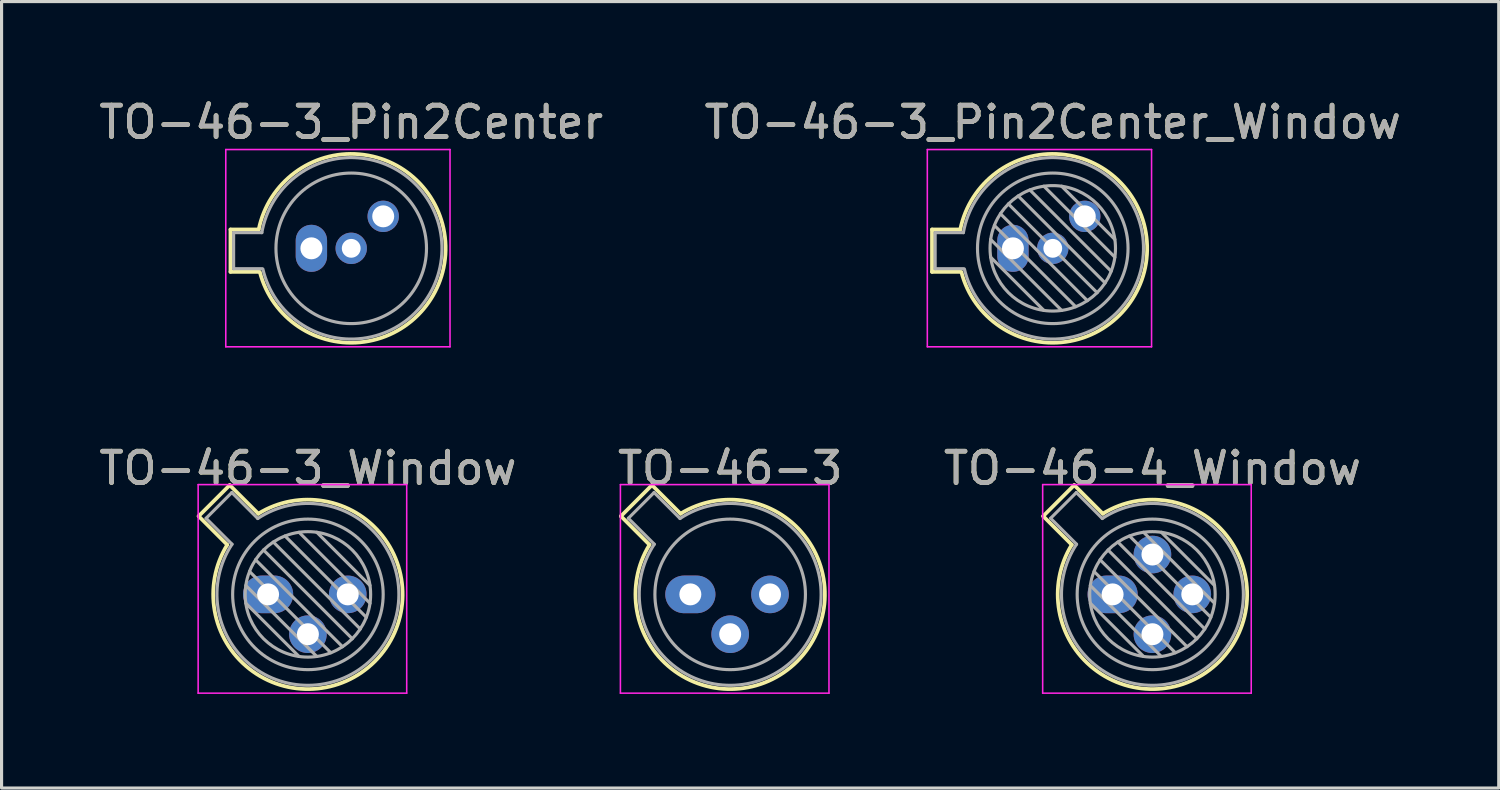
<source format=kicad_pcb>
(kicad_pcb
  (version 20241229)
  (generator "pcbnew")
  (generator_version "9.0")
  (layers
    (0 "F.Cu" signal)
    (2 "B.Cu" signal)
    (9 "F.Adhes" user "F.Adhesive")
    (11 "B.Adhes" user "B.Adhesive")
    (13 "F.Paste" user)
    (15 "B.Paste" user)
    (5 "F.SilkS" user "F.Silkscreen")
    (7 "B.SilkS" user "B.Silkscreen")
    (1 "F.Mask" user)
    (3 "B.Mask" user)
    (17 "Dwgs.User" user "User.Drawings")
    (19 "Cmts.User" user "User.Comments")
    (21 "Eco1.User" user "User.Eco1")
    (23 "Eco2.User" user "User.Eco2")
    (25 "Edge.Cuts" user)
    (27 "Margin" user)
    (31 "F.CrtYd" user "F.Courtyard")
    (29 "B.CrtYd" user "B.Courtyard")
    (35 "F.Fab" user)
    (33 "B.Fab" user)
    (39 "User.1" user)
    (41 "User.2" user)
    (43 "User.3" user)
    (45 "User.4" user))
  (footprint "TO-46-3_Pin2Center_Window"
    (layer "F.Cu")
    (at 29.248 4.868)
    (property "Reference" "TO-46-3_Pin2Center_Window" (at 1.27 -4.02 0) (layer "F.SilkS") (effects (font (size 1 1) (thickness 0.15))))
    (attr through_hole)
    (fp_line (start -2.58 -0.6) (end -2.58 0.75) (stroke (width 0.12) (type solid)) (layer "F.SilkS"))
    (fp_line (start -2.58 0.75) (end -1.68 0.75) (stroke (width 0.12) (type solid)) (layer "F.SilkS"))
    (fp_line (start -1.68 -0.6) (end -2.58 -0.6) (stroke (width 0.12) (type solid)) (layer "F.SilkS"))
    (fp_arc (start -1.68 -0.6) (mid 4.279362 -0.078983) (end -1.644465 0.753918) (stroke (width 0.12) (type solid)) (layer "F.SilkS"))
    (fp_line (start -2.73 -3.15) (end -2.73 3.14) (stroke (width 0.05) (type solid)) (layer "F.CrtYd"))
    (fp_line (start -2.73 -3.15) (end 4.42 -3.15) (stroke (width 0.05) (type solid)) (layer "F.CrtYd"))
    (fp_line (start 4.42 3.14) (end -2.73 3.14) (stroke (width 0.05) (type solid)) (layer "F.CrtYd"))
    (fp_line (start 4.42 3.14) (end 4.42 -3.15) (stroke (width 0.05) (type solid)) (layer "F.CrtYd"))
    (fp_line (start -2.48 -0.5) (end -2.48 0.65) (stroke (width 0.1) (type solid)) (layer "F.Fab"))
    (fp_line (start -2.48 0.65) (end -1.58 0.65) (stroke (width 0.1) (type solid)) (layer "F.Fab"))
    (fp_line (start -1.58 -0.5) (end -2.48 -0.5) (stroke (width 0.1) (type solid)) (layer "F.Fab"))
    (fp_line (start -0.71 -0.283) (end 1.553 1.98) (stroke (width 0.1) (type solid)) (layer "F.Fab"))
    (fp_line (start -0.71 0.283) (end 0.987 1.98) (stroke (width 0.1) (type solid)) (layer "F.Fab"))
    (fp_line (start -0.592 -0.731) (end 2.001 1.862) (stroke (width 0.1) (type solid)) (layer "F.Fab"))
    (fp_line (start -0.399 -1.103) (end 2.373 1.669) (stroke (width 0.1) (type solid)) (layer "F.Fab"))
    (fp_line (start -0.145 -1.415) (end 2.685 1.415) (stroke (width 0.1) (type solid)) (layer "F.Fab"))
    (fp_line (start 0.167 -1.669) (end 2.939 1.103) (stroke (width 0.1) (type solid)) (layer "F.Fab"))
    (fp_line (start 0.539 -1.862) (end 3.132 0.731) (stroke (width 0.1) (type solid)) (layer "F.Fab"))
    (fp_line (start 0.987 -1.98) (end 3.25 0.283) (stroke (width 0.1) (type solid)) (layer "F.Fab"))
    (fp_line (start 1.553 -1.98) (end 3.25 -0.283) (stroke (width 0.1) (type solid)) (layer "F.Fab"))
    (fp_arc (start -1.58 -0.5) (mid 4.1624 -0.08076) (end -1.54766 0.65825) (stroke (width 0.1) (type solid)) (layer "F.Fab"))
    (fp_circle (center 1.27 0) (end 3.27 0) (stroke (width 0.1) (type solid)) (fill no) (layer "F.Fab"))
    (fp_circle (center 1.27 0) (end 3.67 0) (stroke (width 0.1) (type solid)) (fill no) (layer "F.Fab"))
    (fp_text user "${REFERENCE}" (at 1.27 -4.02 0) (layer "F.Fab") (effects (font (size 1 1) (thickness 0.15))))
    (pad "1" thru_hole oval (at 0 0 90) (size 1.5 1) (drill 0.7) (layers "*.Cu" "*.Mask"))
    (pad "2" thru_hole oval (at 1.27 0) (size 1 1) (drill 0.6) (layers "*.Cu" "*.Mask"))
    (pad "3" thru_hole oval (at 2.29 -1.02 90) (size 1 1) (drill 0.7) (layers "*.Cu" "*.Mask")))
  (footprint "TO-46-3_Pin2Center"
    (layer "F.Cu")
    (at 6.879 4.868)
    (property "Reference" "TO-46-3_Pin2Center" (at 1.27 -4.02 0) (layer "F.SilkS") (effects (font (size 1 1) (thickness 0.15))))
    (attr through_hole)
    (fp_line (start -2.58 -0.6) (end -2.58 0.75) (stroke (width 0.12) (type solid)) (layer "F.SilkS"))
    (fp_line (start -2.58 0.75) (end -1.68 0.75) (stroke (width 0.12) (type solid)) (layer "F.SilkS"))
    (fp_line (start -1.68 -0.6) (end -2.58 -0.6) (stroke (width 0.12) (type solid)) (layer "F.SilkS"))
    (fp_arc (start -1.68 -0.6) (mid 4.279362 -0.078983) (end -1.644465 0.753918) (stroke (width 0.12) (type solid)) (layer "F.SilkS"))
    (fp_line (start -2.73 -3.15) (end -2.73 3.14) (stroke (width 0.05) (type solid)) (layer "F.CrtYd"))
    (fp_line (start -2.73 -3.15) (end 4.42 -3.15) (stroke (width 0.05) (type solid)) (layer "F.CrtYd"))
    (fp_line (start 4.42 3.14) (end -2.73 3.14) (stroke (width 0.05) (type solid)) (layer "F.CrtYd"))
    (fp_line (start 4.42 3.14) (end 4.42 -3.15) (stroke (width 0.05) (type solid)) (layer "F.CrtYd"))
    (fp_line (start -2.48 -0.5) (end -2.48 0.65) (stroke (width 0.1) (type solid)) (layer "F.Fab"))
    (fp_line (start -2.48 0.65) (end -1.58 0.65) (stroke (width 0.1) (type solid)) (layer "F.Fab"))
    (fp_line (start -1.58 -0.5) (end -2.48 -0.5) (stroke (width 0.1) (type solid)) (layer "F.Fab"))
    (fp_arc (start -1.58 -0.5) (mid 4.1624 -0.08076) (end -1.54766 0.65825) (stroke (width 0.1) (type solid)) (layer "F.Fab"))
    (fp_circle (center 1.27 0) (end 3.67 0) (stroke (width 0.1) (type solid)) (fill no) (layer "F.Fab"))
    (fp_text user "${REFERENCE}" (at 1.27 -4.02 0) (layer "F.Fab") (effects (font (size 1 1) (thickness 0.15))))
    (pad "1" thru_hole oval (at 0 0 90) (size 1.5 1) (drill 0.7) (layers "*.Cu" "*.Mask"))
    (pad "2" thru_hole oval (at 1.27 0) (size 1 1) (drill 0.6) (layers "*.Cu" "*.Mask"))
    (pad "3" thru_hole oval (at 2.29 -1.02 90) (size 1 1) (drill 0.7) (layers "*.Cu" "*.Mask")))
  (footprint "TO-46-3"
    (layer "F.Cu")
    (at 18.962 15.902)
    (property "Reference" "TO-46-3" (at 1.27 -4.02 0) (layer "F.SilkS") (effects (font (size 1 1) (thickness 0.15))))
    (attr through_hole)
    (fp_line (start -2.214 -2.494) (end -1.302 -1.582) (stroke (width 0.12) (type solid)) (layer "F.SilkS"))
    (fp_line (start -1.224 -3.484) (end -2.214 -2.494) (stroke (width 0.12) (type solid)) (layer "F.SilkS"))
    (fp_line (start -0.312 -2.572) (end -1.224 -3.484) (stroke (width 0.12) (type solid)) (layer "F.SilkS"))
    (fp_arc (start -0.312331 -2.572281) (mid 3.405374 2.135551) (end -1.30215 -1.582544) (stroke (width 0.12) (type solid)) (layer "F.SilkS"))
    (fp_line (start -2.23 -3.5) (end -2.23 3.15) (stroke (width 0.05) (type solid)) (layer "F.CrtYd"))
    (fp_line (start -2.23 3.15) (end 4.42 3.15) (stroke (width 0.05) (type solid)) (layer "F.CrtYd"))
    (fp_line (start 4.42 -3.5) (end -2.23 -3.5) (stroke (width 0.05) (type solid)) (layer "F.CrtYd"))
    (fp_line (start 4.42 3.15) (end 4.42 -3.5) (stroke (width 0.05) (type solid)) (layer "F.CrtYd"))
    (fp_line (start -1.977 -2.426) (end -1.149 -1.599) (stroke (width 0.1) (type solid)) (layer "F.Fab"))
    (fp_line (start -1.156 -3.247) (end -1.977 -2.426) (stroke (width 0.1) (type solid)) (layer "F.Fab"))
    (fp_line (start -0.329 -2.419) (end -1.156 -3.247) (stroke (width 0.1) (type solid)) (layer "F.Fab"))
    (fp_arc (start -0.329057 -2.419301) (mid 3.321076 2.050143) (end -1.150029 -1.597956) (stroke (width 0.1) (type solid)) (layer "F.Fab"))
    (fp_circle (center 1.27 0) (end 3.67 0) (stroke (width 0.1) (type solid)) (fill no) (layer "F.Fab"))
    (fp_text user "${REFERENCE}" (at 1.27 -4.02 0) (layer "F.Fab") (effects (font (size 1 1) (thickness 0.15))))
    (pad "1" thru_hole oval (at 0 0) (size 1.6 1.2) (drill 0.7) (layers "*.Cu" "*.Mask"))
    (pad "2" thru_hole oval (at 1.27 1.27) (size 1.2 1.2) (drill 0.7) (layers "*.Cu" "*.Mask"))
    (pad "3" thru_hole oval (at 2.54 0) (size 1.2 1.2) (drill 0.7) (layers "*.Cu" "*.Mask")))
  (footprint "TO-46-3_Window"
    (layer "F.Cu")
    (at 5.498 15.902)
    (property "Reference" "TO-46-3_Window" (at 1.27 -4.02 0) (layer "F.SilkS") (effects (font (size 1 1) (thickness 0.15))))
    (attr through_hole)
    (fp_line (start -2.214 -2.494) (end -1.302 -1.582) (stroke (width 0.12) (type solid)) (layer "F.SilkS"))
    (fp_line (start -1.224 -3.484) (end -2.214 -2.494) (stroke (width 0.12) (type solid)) (layer "F.SilkS"))
    (fp_line (start -0.312 -2.572) (end -1.224 -3.484) (stroke (width 0.12) (type solid)) (layer "F.SilkS"))
    (fp_arc (start -0.312331 -2.572281) (mid 3.405374 2.135551) (end -1.30215 -1.582544) (stroke (width 0.12) (type solid)) (layer "F.SilkS"))
    (fp_line (start -2.23 -3.5) (end -2.23 3.15) (stroke (width 0.05) (type solid)) (layer "F.CrtYd"))
    (fp_line (start -2.23 3.15) (end 4.42 3.15) (stroke (width 0.05) (type solid)) (layer "F.CrtYd"))
    (fp_line (start 4.42 -3.5) (end -2.23 -3.5) (stroke (width 0.05) (type solid)) (layer "F.CrtYd"))
    (fp_line (start 4.42 3.15) (end 4.42 -3.5) (stroke (width 0.05) (type solid)) (layer "F.CrtYd"))
    (fp_line (start -1.977 -2.426) (end -1.149 -1.599) (stroke (width 0.1) (type solid)) (layer "F.Fab"))
    (fp_line (start -1.156 -3.247) (end -1.977 -2.426) (stroke (width 0.1) (type solid)) (layer "F.Fab"))
    (fp_line (start -0.71 -0.283) (end 1.553 1.98) (stroke (width 0.1) (type solid)) (layer "F.Fab"))
    (fp_line (start -0.71 0.283) (end 0.987 1.98) (stroke (width 0.1) (type solid)) (layer "F.Fab"))
    (fp_line (start -0.592 -0.731) (end 2.001 1.862) (stroke (width 0.1) (type solid)) (layer "F.Fab"))
    (fp_line (start -0.399 -1.103) (end 2.373 1.669) (stroke (width 0.1) (type solid)) (layer "F.Fab"))
    (fp_line (start -0.329 -2.419) (end -1.156 -3.247) (stroke (width 0.1) (type solid)) (layer "F.Fab"))
    (fp_line (start -0.145 -1.415) (end 2.685 1.415) (stroke (width 0.1) (type solid)) (layer "F.Fab"))
    (fp_line (start 0.167 -1.669) (end 2.939 1.103) (stroke (width 0.1) (type solid)) (layer "F.Fab"))
    (fp_line (start 0.539 -1.862) (end 3.132 0.731) (stroke (width 0.1) (type solid)) (layer "F.Fab"))
    (fp_line (start 0.987 -1.98) (end 3.25 0.283) (stroke (width 0.1) (type solid)) (layer "F.Fab"))
    (fp_line (start 1.553 -1.98) (end 3.25 -0.283) (stroke (width 0.1) (type solid)) (layer "F.Fab"))
    (fp_arc (start -0.329057 -2.419301) (mid 3.321076 2.050143) (end -1.150029 -1.597956) (stroke (width 0.1) (type solid)) (layer "F.Fab"))
    (fp_circle (center 1.27 0) (end 3.27 0) (stroke (width 0.1) (type solid)) (fill no) (layer "F.Fab"))
    (fp_circle (center 1.27 0) (end 3.67 0) (stroke (width 0.1) (type solid)) (fill no) (layer "F.Fab"))
    (fp_text user "${REFERENCE}" (at 1.27 -4.02 0) (layer "F.Fab") (effects (font (size 1 1) (thickness 0.15))))
    (pad "1" thru_hole oval (at 0 0) (size 1.6 1.2) (drill 0.7) (layers "*.Cu" "*.Mask"))
    (pad "2" thru_hole oval (at 1.27 1.27) (size 1.2 1.2) (drill 0.7) (layers "*.Cu" "*.Mask"))
    (pad "3" thru_hole oval (at 2.54 0) (size 1.2 1.2) (drill 0.7) (layers "*.Cu" "*.Mask")))
  (footprint "TO-46-4_Window"
    (layer "F.Cu")
    (at 32.426 15.902)
    (property "Reference" "TO-46-4_Window" (at 1.27 -4.02 0) (layer "F.SilkS") (effects (font (size 1 1) (thickness 0.15))))
    (attr through_hole)
    (fp_line (start -2.214 -2.494) (end -1.302 -1.582) (stroke (width 0.12) (type solid)) (layer "F.SilkS"))
    (fp_line (start -1.224 -3.484) (end -2.214 -2.494) (stroke (width 0.12) (type solid)) (layer "F.SilkS"))
    (fp_line (start -0.312 -2.572) (end -1.224 -3.484) (stroke (width 0.12) (type solid)) (layer "F.SilkS"))
    (fp_arc (start -0.312331 -2.572281) (mid 3.405374 2.135551) (end -1.30215 -1.582544) (stroke (width 0.12) (type solid)) (layer "F.SilkS"))
    (fp_line (start -2.23 -3.5) (end -2.23 3.15) (stroke (width 0.05) (type solid)) (layer "F.CrtYd"))
    (fp_line (start -2.23 3.15) (end 4.42 3.15) (stroke (width 0.05) (type solid)) (layer "F.CrtYd"))
    (fp_line (start 4.42 -3.5) (end -2.23 -3.5) (stroke (width 0.05) (type solid)) (layer "F.CrtYd"))
    (fp_line (start 4.42 3.15) (end 4.42 -3.5) (stroke (width 0.05) (type solid)) (layer "F.CrtYd"))
    (fp_line (start -1.977 -2.426) (end -1.149 -1.599) (stroke (width 0.1) (type solid)) (layer "F.Fab"))
    (fp_line (start -1.156 -3.247) (end -1.977 -2.426) (stroke (width 0.1) (type solid)) (layer "F.Fab"))
    (fp_line (start -0.71 -0.283) (end 1.553 1.98) (stroke (width 0.1) (type solid)) (layer "F.Fab"))
    (fp_line (start -0.71 0.283) (end 0.987 1.98) (stroke (width 0.1) (type solid)) (layer "F.Fab"))
    (fp_line (start -0.592 -0.731) (end 2.001 1.862) (stroke (width 0.1) (type solid)) (layer "F.Fab"))
    (fp_line (start -0.399 -1.103) (end 2.373 1.669) (stroke (width 0.1) (type solid)) (layer "F.Fab"))
    (fp_line (start -0.329 -2.419) (end -1.156 -3.247) (stroke (width 0.1) (type solid)) (layer "F.Fab"))
    (fp_line (start -0.145 -1.415) (end 2.685 1.415) (stroke (width 0.1) (type solid)) (layer "F.Fab"))
    (fp_line (start 0.167 -1.669) (end 2.939 1.103) (stroke (width 0.1) (type solid)) (layer "F.Fab"))
    (fp_line (start 0.539 -1.862) (end 3.132 0.731) (stroke (width 0.1) (type solid)) (layer "F.Fab"))
    (fp_line (start 0.987 -1.98) (end 3.25 0.283) (stroke (width 0.1) (type solid)) (layer "F.Fab"))
    (fp_line (start 1.553 -1.98) (end 3.25 -0.283) (stroke (width 0.1) (type solid)) (layer "F.Fab"))
    (fp_arc (start -0.329057 -2.419301) (mid 3.321076 2.050143) (end -1.150029 -1.597956) (stroke (width 0.1) (type solid)) (layer "F.Fab"))
    (fp_circle (center 1.27 0) (end 3.27 0) (stroke (width 0.1) (type solid)) (fill no) (layer "F.Fab"))
    (fp_circle (center 1.27 0) (end 3.67 0) (stroke (width 0.1) (type solid)) (fill no) (layer "F.Fab"))
    (fp_text user "${REFERENCE}" (at 1.27 -4.02 0) (layer "F.Fab") (effects (font (size 1 1) (thickness 0.15))))
    (pad "1" thru_hole oval (at 0 0) (size 1.6 1.2) (drill 0.7) (layers "*.Cu" "*.Mask"))
    (pad "2" thru_hole oval (at 1.27 1.27) (size 1.2 1.2) (drill 0.7) (layers "*.Cu" "*.Mask"))
    (pad "3" thru_hole oval (at 2.54 0) (size 1.2 1.2) (drill 0.7) (layers "*.Cu" "*.Mask"))
    (pad "4" thru_hole oval (at 1.27 -1.27) (size 1.2 1.2) (drill 0.7) (layers "*.Cu" "*.Mask")))
  (gr_rect
    (start -3 -3)
    (end 44.738 22.076)
    (stroke (width 0.1) (type default))
    (fill no)
    (layer "Edge.Cuts")))
</source>
